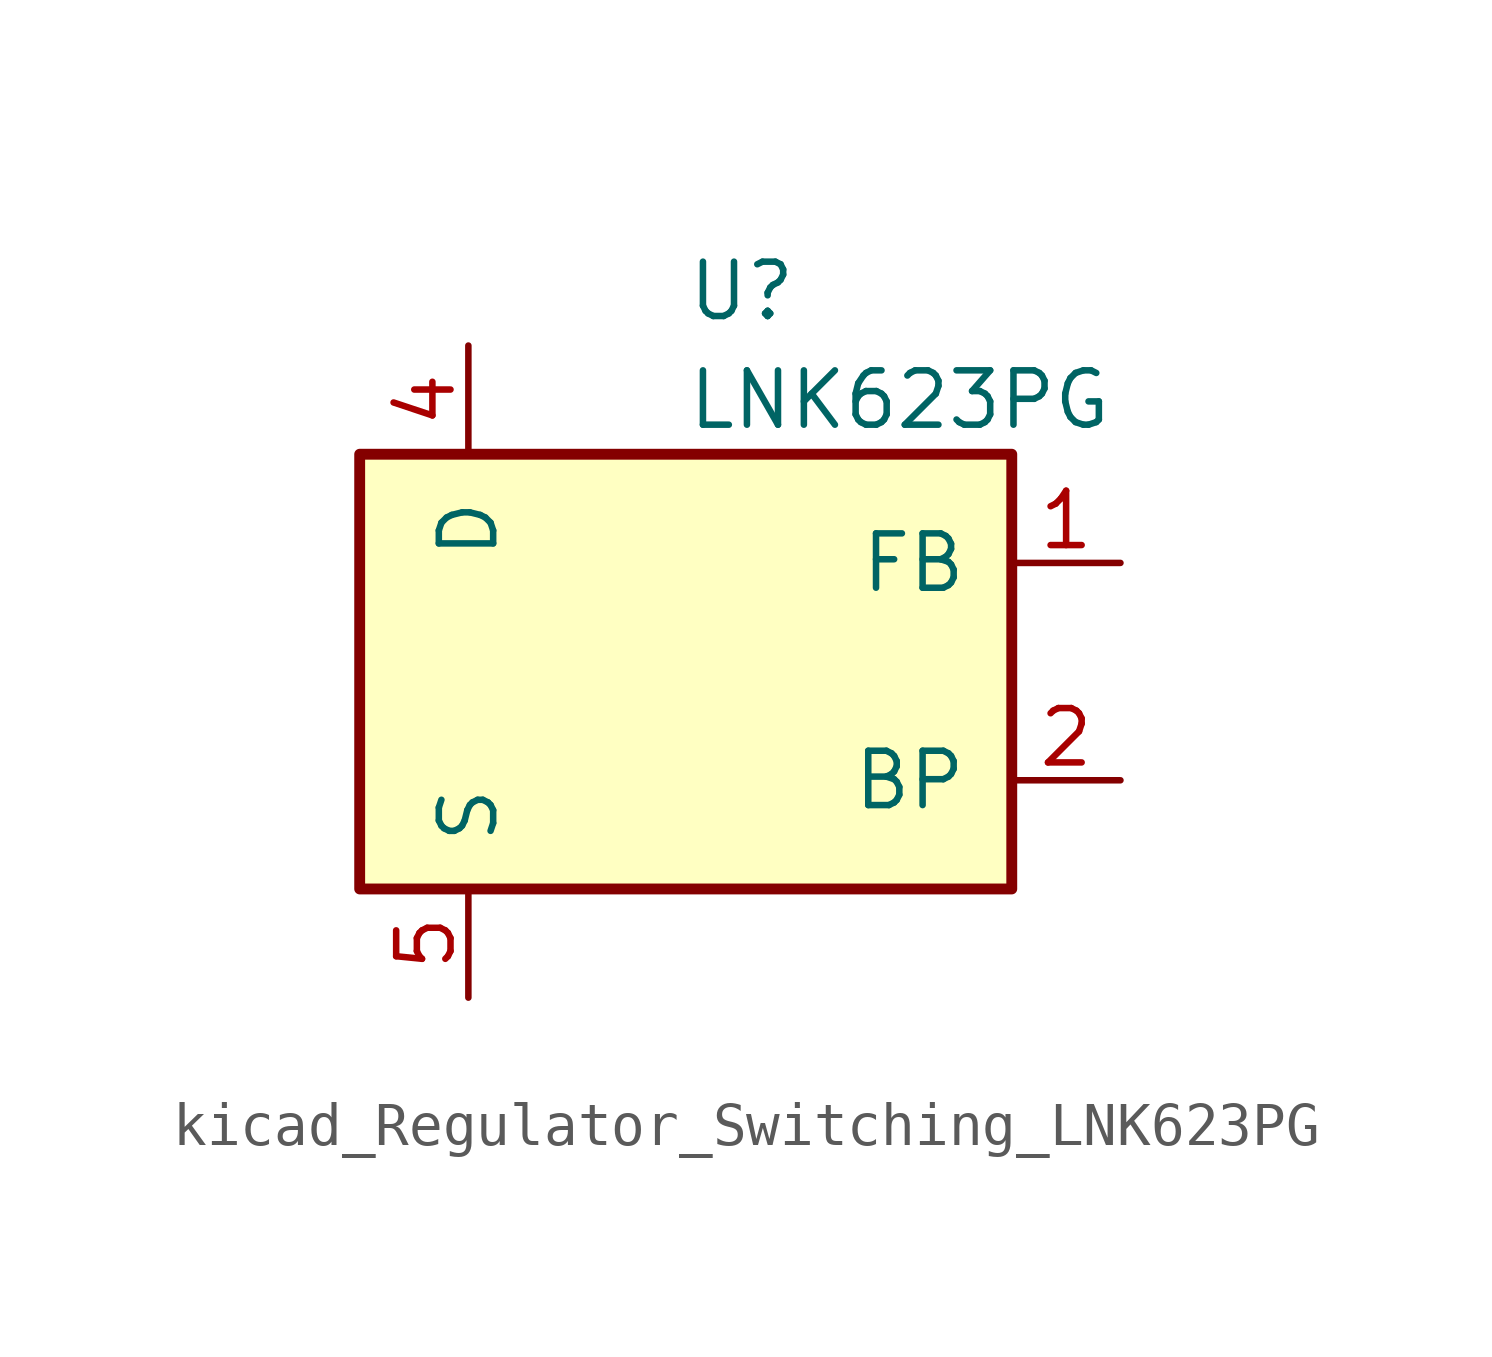
<source format=kicad_sym>
(kicad_symbol_lib
  (version 20220914)
  (generator kicad_symbol_editor)
  (symbol "kicad_Regulator_Switching_LNK623PG"
    (pin_names
      (offset 1.016))
    (property "Reference" "U"
      (at 0 8.89 0)
      (effects (font (size 1.27 1.27)) (justify left)))
    (property "Value" "LNK623PG"
      (at 0 6.35 0)
      (effects (font (size 1.27 1.27)) (justify left)))
    (symbol "kicad_Regulator_Switching_LNK623PG_0_1"
      (rectangle (start -7.62 5.08) (end 7.62 -5.08) (stroke (width 0.254) (type default)) (fill (type background))))
    (symbol "kicad_Regulator_Switching_LNK623PG_1_1"
      (pin input line (at 10.16 2.54 180) (length 2.54) (name "FB" (effects (font (size 1.27 1.27)))) (number "1" (effects (font (size 1.27 1.27)))))
      (pin input line (at 10.16 -2.54 180) (length 2.54) (name "BP" (effects (font (size 1.27 1.27)))) (number "2" (effects (font (size 1.27 1.27)))))
      (pin open_collector line (at -5.08 7.62 270) (length 2.54) (name "D" (effects (font (size 1.27 1.27)))) (number "4" (effects (font (size 1.27 1.27)))))
      (pin power_in line (at -5.08 -7.62 90) (length 2.54) (name "S" (effects (font (size 1.27 1.27)))) (number "5" (effects (font (size 1.27 1.27)))))
      (pin passive line (at -5.08 -7.62 90) (length 2.54) hide (name "S" (effects (font (size 1.27 1.27)))) (number "6" (effects (font (size 1.27 1.27)))))
      (pin passive line (at -5.08 -7.62 90) (length 2.54) hide (name "S" (effects (font (size 1.27 1.27)))) (number "7" (effects (font (size 1.27 1.27)))))
      (pin passive line (at -5.08 -7.62 90) (length 2.54) hide (name "S" (effects (font (size 1.27 1.27)))) (number "8" (effects (font (size 1.27 1.27))))))))
</source>
